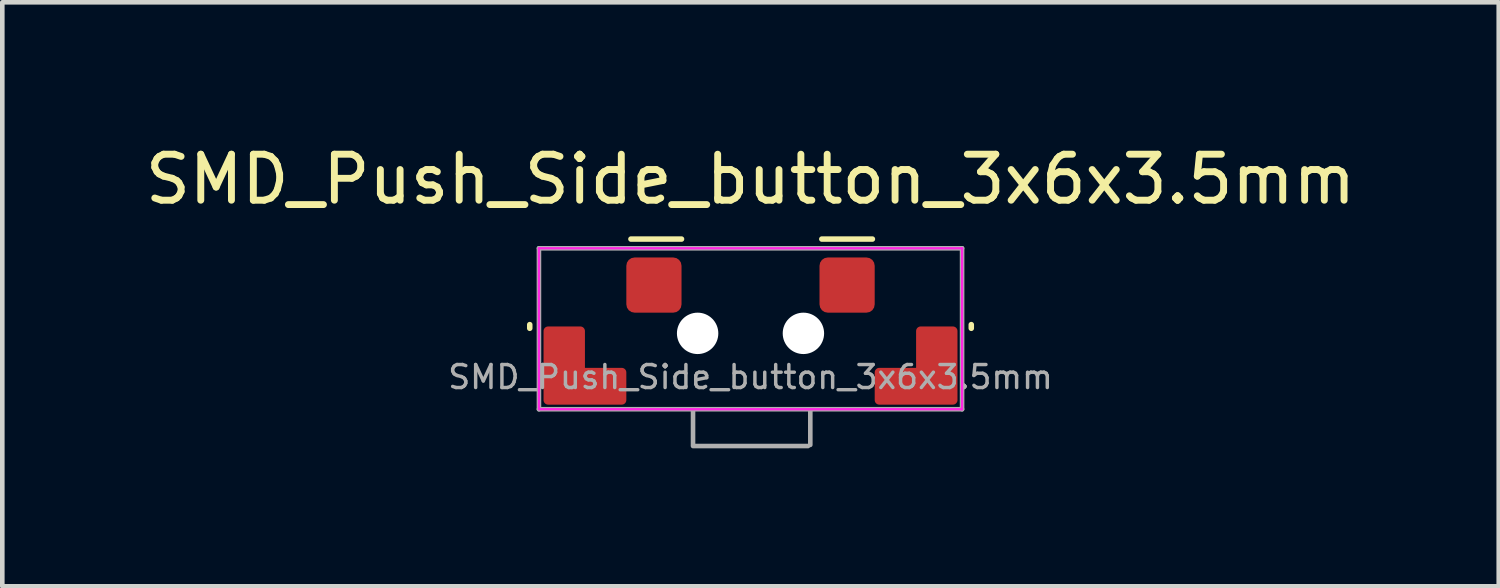
<source format=kicad_pcb>
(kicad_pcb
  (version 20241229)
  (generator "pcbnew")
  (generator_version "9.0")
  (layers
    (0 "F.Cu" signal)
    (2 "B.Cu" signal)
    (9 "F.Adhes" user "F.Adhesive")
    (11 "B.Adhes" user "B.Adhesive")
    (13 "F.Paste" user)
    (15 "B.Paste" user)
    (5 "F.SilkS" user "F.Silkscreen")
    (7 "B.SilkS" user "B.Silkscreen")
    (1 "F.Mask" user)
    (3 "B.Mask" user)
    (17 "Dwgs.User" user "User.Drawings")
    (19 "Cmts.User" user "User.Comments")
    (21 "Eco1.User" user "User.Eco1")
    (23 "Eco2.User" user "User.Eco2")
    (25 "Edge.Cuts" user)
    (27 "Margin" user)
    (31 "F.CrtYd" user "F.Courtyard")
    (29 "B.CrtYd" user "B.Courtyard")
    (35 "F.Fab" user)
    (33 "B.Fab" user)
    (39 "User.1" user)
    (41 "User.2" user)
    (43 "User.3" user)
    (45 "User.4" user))
  (footprint "SMD_Push_Side_button_3x6x3.5mm"
    (layer "F.Cu")
    (at 13.268 3.448)
    (property "Reference" "SMD_Push_Side_button_3x6x3.5mm" (at 0 -2.6 0) (layer "F.SilkS") (effects (font (size 1 1) (thickness 0.15))))
    (attr smd)
    (fp_poly (pts (xy -4.4 0.7) (xy -4.4 2.2) (xy -2.8 2.2) (xy -2.8 1.6) (xy -3.7 1.6) (xy -3.7 0.7)) (stroke (width 0.2) (type solid)) (fill yes) (layer "F.Cu"))
    (fp_poly (pts (xy 4.4 0.7) (xy 4.4 2.2) (xy 2.8 2.2) (xy 2.8 1.6) (xy 3.7 1.6) (xy 3.7 0.7)) (stroke (width 0.2) (type solid)) (fill yes) (layer "F.Cu"))
    (fp_line (start -4.8 0.56) (end -4.8 0.64) (stroke (width 0.12) (type default)) (layer "F.SilkS"))
    (fp_line (start -2.6 -1.3) (end -1.5 -1.3) (stroke (width 0.12) (type solid)) (layer "F.SilkS"))
    (fp_line (start 1.55 -1.3) (end 2.65 -1.3) (stroke (width 0.12) (type solid)) (layer "F.SilkS"))
    (fp_line (start 4.8 0.56) (end 4.8 0.64) (stroke (width 0.12) (type default)) (layer "F.SilkS"))
    (fp_line (start -4.6 -1.1) (end -4.6 2.375) (stroke (width 0.05) (type default)) (layer "F.CrtYd"))
    (fp_line (start -4.6 -1.1) (end 4.6 -1.1) (stroke (width 0.05) (type default)) (layer "F.CrtYd"))
    (fp_line (start -4.6 2.4) (end 4.6 2.4) (stroke (width 0.05) (type default)) (layer "F.CrtYd"))
    (fp_line (start 4.6 -1.1) (end 4.6 2.4) (stroke (width 0.05) (type default)) (layer "F.CrtYd"))
    (fp_line (start -4.6 -1.1) (end -4.6 2.4) (stroke (width 0.1) (type solid)) (layer "F.Fab"))
    (fp_line (start -4.6 -1.1) (end 4.6 -1.1) (stroke (width 0.1) (type solid)) (layer "F.Fab"))
    (fp_line (start -4.6 2.4) (end 4.6 2.4) (stroke (width 0.1) (type solid)) (layer "F.Fab"))
    (fp_line (start -1.25 2.425) (end -1.25 3.175) (stroke (width 0.1) (type solid)) (layer "F.Fab"))
    (fp_line (start -1.25 3.2) (end 1.25 3.2) (stroke (width 0.1) (type solid)) (layer "F.Fab"))
    (fp_line (start 1.3 2.425) (end 1.3 3.175) (stroke (width 0.1) (type solid)) (layer "F.Fab"))
    (fp_line (start 4.6 -1.1) (end 4.6 2.4) (stroke (width 0.1) (type solid)) (layer "F.Fab"))
    (fp_text user "${REFERENCE}" (at 0 1.7 0) (layer "F.Fab") (effects (font (size 0.5 0.5) (thickness 0.075))))
    (pad "" np_thru_hole circle (at -1.15 0.75) (size 0.9 0.9) (drill 0.9) (layers "*.Cu" "*.Mask"))
    (pad "" np_thru_hole circle (at 1.15 0.75) (size 0.9 0.9) (drill 0.9) (layers "*.Cu" "*.Mask"))
    (pad "1" smd roundrect (at -2.1 -0.3) (size 1.2 1.2) (layers "F.Cu" "F.Mask" "F.Paste") (roundrect_rratio 0.15))
    (pad "2" smd roundrect (at 2.1 -0.3) (size 1.2 1.2) (layers "F.Cu" "F.Mask" "F.Paste") (roundrect_rratio 0.15)))
  (gr_rect
    (start -3 -3)
    (end 29.536 9.698)
    (stroke (width 0.1) (type default))
    (fill no)
    (layer "Edge.Cuts")))
</source>
